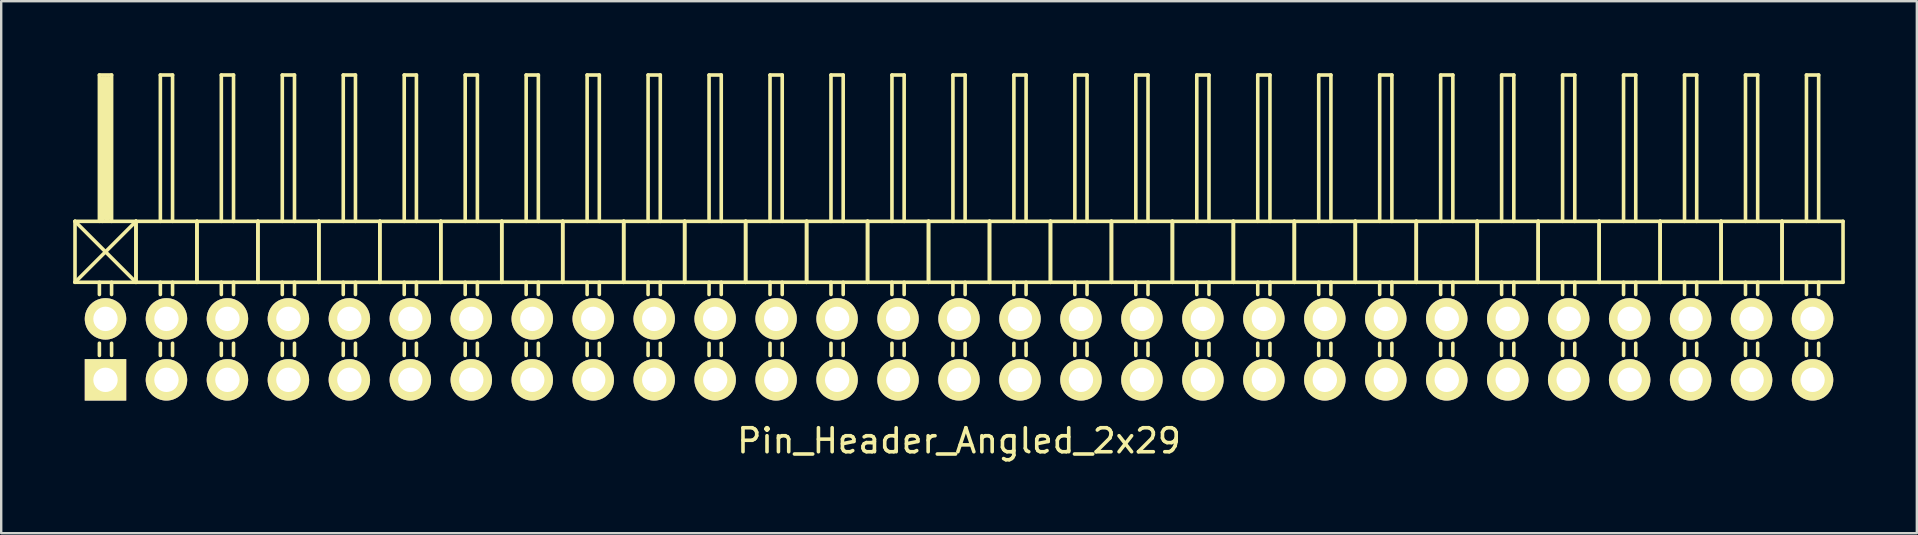
<source format=kicad_pcb>
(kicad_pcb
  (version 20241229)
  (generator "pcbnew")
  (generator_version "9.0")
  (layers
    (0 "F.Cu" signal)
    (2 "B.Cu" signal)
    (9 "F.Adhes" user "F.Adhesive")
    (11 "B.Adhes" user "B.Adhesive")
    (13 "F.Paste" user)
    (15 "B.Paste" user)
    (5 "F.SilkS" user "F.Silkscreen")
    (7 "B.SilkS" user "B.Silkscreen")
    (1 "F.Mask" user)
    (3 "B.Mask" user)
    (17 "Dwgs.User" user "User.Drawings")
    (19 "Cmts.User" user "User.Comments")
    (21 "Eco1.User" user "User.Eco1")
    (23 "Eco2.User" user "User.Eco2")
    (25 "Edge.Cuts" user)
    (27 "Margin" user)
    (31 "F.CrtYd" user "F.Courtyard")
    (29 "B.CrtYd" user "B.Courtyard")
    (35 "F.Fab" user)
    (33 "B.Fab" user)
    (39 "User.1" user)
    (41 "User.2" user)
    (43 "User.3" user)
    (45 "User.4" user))
  (footprint "Pin_Header_Angled_2x29"
    (layer "F.Cu")
    (at 36.905 11.505)
    (property "Reference" "Pin_Header_Angled_2x29" (at 0 3.81 0) (layer "F.SilkS") (effects (font (size 1 1) (thickness 0.15))))
    (attr through_hole)
    (fp_line (start -36.83 -5.334) (end -34.29 -2.794) (stroke (width 0.15) (type solid)) (layer "F.SilkS"))
    (fp_line (start -36.83 -2.794) (end -36.83 -5.334) (stroke (width 0.15) (type solid)) (layer "F.SilkS"))
    (fp_line (start -36.83 -2.794) (end -34.29 -5.334) (stroke (width 0.15) (type solid)) (layer "F.SilkS"))
    (fp_line (start -36.83 -2.794) (end -34.29 -2.794) (stroke (width 0.15) (type solid)) (layer "F.SilkS"))
    (fp_line (start -35.814 -11.43) (end -35.306 -11.43) (stroke (width 0.15) (type solid)) (layer "F.SilkS"))
    (fp_line (start -35.814 -5.334) (end -35.814 -11.43) (stroke (width 0.15) (type solid)) (layer "F.SilkS"))
    (fp_line (start -35.814 -2.794) (end -35.814 -2.286) (stroke (width 0.15) (type solid)) (layer "F.SilkS"))
    (fp_line (start -35.814 -0.254) (end -35.814 0.254) (stroke (width 0.15) (type solid)) (layer "F.SilkS"))
    (fp_line (start -35.687 -11.303) (end -35.433 -11.303) (stroke (width 0.15) (type solid)) (layer "F.SilkS"))
    (fp_line (start -35.687 -5.334) (end -35.687 -11.303) (stroke (width 0.15) (type solid)) (layer "F.SilkS"))
    (fp_line (start -35.56 -5.461) (end -35.56 -11.303) (stroke (width 0.15) (type solid)) (layer "F.SilkS"))
    (fp_line (start -35.433 -11.303) (end -35.433 -5.461) (stroke (width 0.15) (type solid)) (layer "F.SilkS"))
    (fp_line (start -35.433 -5.461) (end -35.56 -5.461) (stroke (width 0.15) (type solid)) (layer "F.SilkS"))
    (fp_line (start -35.306 -11.43) (end -35.306 -5.334) (stroke (width 0.15) (type solid)) (layer "F.SilkS"))
    (fp_line (start -35.306 -2.794) (end -35.306 -2.286) (stroke (width 0.15) (type solid)) (layer "F.SilkS"))
    (fp_line (start -35.306 -0.254) (end -35.306 0.254) (stroke (width 0.15) (type solid)) (layer "F.SilkS"))
    (fp_line (start -34.29 -5.334) (end -36.83 -5.334) (stroke (width 0.15) (type solid)) (layer "F.SilkS"))
    (fp_line (start -34.29 -2.794) (end -34.29 -5.334) (stroke (width 0.15) (type solid)) (layer "F.SilkS"))
    (fp_line (start -34.29 -2.794) (end -34.29 -5.334) (stroke (width 0.15) (type solid)) (layer "F.SilkS"))
    (fp_line (start -34.29 -2.794) (end -31.75 -2.794) (stroke (width 0.15) (type solid)) (layer "F.SilkS"))
    (fp_line (start -33.274 -11.43) (end -32.766 -11.43) (stroke (width 0.15) (type solid)) (layer "F.SilkS"))
    (fp_line (start -33.274 -5.334) (end -33.274 -11.43) (stroke (width 0.15) (type solid)) (layer "F.SilkS"))
    (fp_line (start -33.274 -2.794) (end -33.274 -2.286) (stroke (width 0.15) (type solid)) (layer "F.SilkS"))
    (fp_line (start -33.274 -0.254) (end -33.274 0.254) (stroke (width 0.15) (type solid)) (layer "F.SilkS"))
    (fp_line (start -32.766 -11.43) (end -32.766 -5.334) (stroke (width 0.15) (type solid)) (layer "F.SilkS"))
    (fp_line (start -32.766 -2.794) (end -32.766 -2.286) (stroke (width 0.15) (type solid)) (layer "F.SilkS"))
    (fp_line (start -32.766 -0.254) (end -32.766 0.254) (stroke (width 0.15) (type solid)) (layer "F.SilkS"))
    (fp_line (start -31.75 -5.334) (end -34.29 -5.334) (stroke (width 0.15) (type solid)) (layer "F.SilkS"))
    (fp_line (start -31.75 -2.794) (end -31.75 -5.334) (stroke (width 0.15) (type solid)) (layer "F.SilkS"))
    (fp_line (start -31.75 -2.794) (end -31.75 -5.334) (stroke (width 0.15) (type solid)) (layer "F.SilkS"))
    (fp_line (start -31.75 -2.794) (end -29.21 -2.794) (stroke (width 0.15) (type solid)) (layer "F.SilkS"))
    (fp_line (start -30.734 -11.43) (end -30.226 -11.43) (stroke (width 0.15) (type solid)) (layer "F.SilkS"))
    (fp_line (start -30.734 -5.334) (end -30.734 -11.43) (stroke (width 0.15) (type solid)) (layer "F.SilkS"))
    (fp_line (start -30.734 -2.794) (end -30.734 -2.286) (stroke (width 0.15) (type solid)) (layer "F.SilkS"))
    (fp_line (start -30.734 -0.254) (end -30.734 0.254) (stroke (width 0.15) (type solid)) (layer "F.SilkS"))
    (fp_line (start -30.226 -11.43) (end -30.226 -5.334) (stroke (width 0.15) (type solid)) (layer "F.SilkS"))
    (fp_line (start -30.226 -2.794) (end -30.226 -2.286) (stroke (width 0.15) (type solid)) (layer "F.SilkS"))
    (fp_line (start -30.226 -0.254) (end -30.226 0.254) (stroke (width 0.15) (type solid)) (layer "F.SilkS"))
    (fp_line (start -29.21 -5.334) (end -31.75 -5.334) (stroke (width 0.15) (type solid)) (layer "F.SilkS"))
    (fp_line (start -29.21 -2.794) (end -29.21 -5.334) (stroke (width 0.15) (type solid)) (layer "F.SilkS"))
    (fp_line (start -29.21 -2.794) (end -29.21 -5.334) (stroke (width 0.15) (type solid)) (layer "F.SilkS"))
    (fp_line (start -29.21 -2.794) (end -26.67 -2.794) (stroke (width 0.15) (type solid)) (layer "F.SilkS"))
    (fp_line (start -28.194 -11.43) (end -27.686 -11.43) (stroke (width 0.15) (type solid)) (layer "F.SilkS"))
    (fp_line (start -28.194 -5.334) (end -28.194 -11.43) (stroke (width 0.15) (type solid)) (layer "F.SilkS"))
    (fp_line (start -28.194 -2.794) (end -28.194 -2.286) (stroke (width 0.15) (type solid)) (layer "F.SilkS"))
    (fp_line (start -28.194 -0.254) (end -28.194 0.254) (stroke (width 0.15) (type solid)) (layer "F.SilkS"))
    (fp_line (start -27.686 -11.43) (end -27.686 -5.334) (stroke (width 0.15) (type solid)) (layer "F.SilkS"))
    (fp_line (start -27.686 -2.794) (end -27.686 -2.286) (stroke (width 0.15) (type solid)) (layer "F.SilkS"))
    (fp_line (start -27.686 -0.254) (end -27.686 0.254) (stroke (width 0.15) (type solid)) (layer "F.SilkS"))
    (fp_line (start -26.67 -5.334) (end -29.21 -5.334) (stroke (width 0.15) (type solid)) (layer "F.SilkS"))
    (fp_line (start -26.67 -2.794) (end -26.67 -5.334) (stroke (width 0.15) (type solid)) (layer "F.SilkS"))
    (fp_line (start -26.67 -2.794) (end -26.67 -5.334) (stroke (width 0.15) (type solid)) (layer "F.SilkS"))
    (fp_line (start -26.67 -2.794) (end -24.13 -2.794) (stroke (width 0.15) (type solid)) (layer "F.SilkS"))
    (fp_line (start -25.654 -11.43) (end -25.146 -11.43) (stroke (width 0.15) (type solid)) (layer "F.SilkS"))
    (fp_line (start -25.654 -5.334) (end -25.654 -11.43) (stroke (width 0.15) (type solid)) (layer "F.SilkS"))
    (fp_line (start -25.654 -2.794) (end -25.654 -2.286) (stroke (width 0.15) (type solid)) (layer "F.SilkS"))
    (fp_line (start -25.654 -0.254) (end -25.654 0.254) (stroke (width 0.15) (type solid)) (layer "F.SilkS"))
    (fp_line (start -25.146 -11.43) (end -25.146 -5.334) (stroke (width 0.15) (type solid)) (layer "F.SilkS"))
    (fp_line (start -25.146 -2.794) (end -25.146 -2.286) (stroke (width 0.15) (type solid)) (layer "F.SilkS"))
    (fp_line (start -25.146 -0.254) (end -25.146 0.254) (stroke (width 0.15) (type solid)) (layer "F.SilkS"))
    (fp_line (start -24.13 -5.334) (end -26.67 -5.334) (stroke (width 0.15) (type solid)) (layer "F.SilkS"))
    (fp_line (start -24.13 -2.794) (end -24.13 -5.334) (stroke (width 0.15) (type solid)) (layer "F.SilkS"))
    (fp_line (start -24.13 -2.794) (end -24.13 -5.334) (stroke (width 0.15) (type solid)) (layer "F.SilkS"))
    (fp_line (start -24.13 -2.794) (end -21.59 -2.794) (stroke (width 0.15) (type solid)) (layer "F.SilkS"))
    (fp_line (start -23.114 -11.43) (end -22.606 -11.43) (stroke (width 0.15) (type solid)) (layer "F.SilkS"))
    (fp_line (start -23.114 -5.334) (end -23.114 -11.43) (stroke (width 0.15) (type solid)) (layer "F.SilkS"))
    (fp_line (start -23.114 -2.794) (end -23.114 -2.286) (stroke (width 0.15) (type solid)) (layer "F.SilkS"))
    (fp_line (start -23.114 -0.254) (end -23.114 0.254) (stroke (width 0.15) (type solid)) (layer "F.SilkS"))
    (fp_line (start -22.606 -11.43) (end -22.606 -5.334) (stroke (width 0.15) (type solid)) (layer "F.SilkS"))
    (fp_line (start -22.606 -2.794) (end -22.606 -2.286) (stroke (width 0.15) (type solid)) (layer "F.SilkS"))
    (fp_line (start -22.606 -0.254) (end -22.606 0.254) (stroke (width 0.15) (type solid)) (layer "F.SilkS"))
    (fp_line (start -21.59 -5.334) (end -24.13 -5.334) (stroke (width 0.15) (type solid)) (layer "F.SilkS"))
    (fp_line (start -21.59 -2.794) (end -21.59 -5.334) (stroke (width 0.15) (type solid)) (layer "F.SilkS"))
    (fp_line (start -21.59 -2.794) (end -21.59 -5.334) (stroke (width 0.15) (type solid)) (layer "F.SilkS"))
    (fp_line (start -21.59 -2.794) (end -19.05 -2.794) (stroke (width 0.15) (type solid)) (layer "F.SilkS"))
    (fp_line (start -20.574 -11.43) (end -20.066 -11.43) (stroke (width 0.15) (type solid)) (layer "F.SilkS"))
    (fp_line (start -20.574 -5.334) (end -20.574 -11.43) (stroke (width 0.15) (type solid)) (layer "F.SilkS"))
    (fp_line (start -20.574 -2.794) (end -20.574 -2.286) (stroke (width 0.15) (type solid)) (layer "F.SilkS"))
    (fp_line (start -20.574 -0.254) (end -20.574 0.254) (stroke (width 0.15) (type solid)) (layer "F.SilkS"))
    (fp_line (start -20.066 -11.43) (end -20.066 -5.334) (stroke (width 0.15) (type solid)) (layer "F.SilkS"))
    (fp_line (start -20.066 -2.794) (end -20.066 -2.286) (stroke (width 0.15) (type solid)) (layer "F.SilkS"))
    (fp_line (start -20.066 -0.254) (end -20.066 0.254) (stroke (width 0.15) (type solid)) (layer "F.SilkS"))
    (fp_line (start -19.05 -5.334) (end -21.59 -5.334) (stroke (width 0.15) (type solid)) (layer "F.SilkS"))
    (fp_line (start -19.05 -2.794) (end -19.05 -5.334) (stroke (width 0.15) (type solid)) (layer "F.SilkS"))
    (fp_line (start -19.05 -2.794) (end -19.05 -5.334) (stroke (width 0.15) (type solid)) (layer "F.SilkS"))
    (fp_line (start -19.05 -2.794) (end -16.51 -2.794) (stroke (width 0.15) (type solid)) (layer "F.SilkS"))
    (fp_line (start -18.034 -11.43) (end -17.526 -11.43) (stroke (width 0.15) (type solid)) (layer "F.SilkS"))
    (fp_line (start -18.034 -5.334) (end -18.034 -11.43) (stroke (width 0.15) (type solid)) (layer "F.SilkS"))
    (fp_line (start -18.034 -2.794) (end -18.034 -2.286) (stroke (width 0.15) (type solid)) (layer "F.SilkS"))
    (fp_line (start -18.034 -0.254) (end -18.034 0.254) (stroke (width 0.15) (type solid)) (layer "F.SilkS"))
    (fp_line (start -17.526 -11.43) (end -17.526 -5.334) (stroke (width 0.15) (type solid)) (layer "F.SilkS"))
    (fp_line (start -17.526 -2.794) (end -17.526 -2.286) (stroke (width 0.15) (type solid)) (layer "F.SilkS"))
    (fp_line (start -17.526 -0.254) (end -17.526 0.254) (stroke (width 0.15) (type solid)) (layer "F.SilkS"))
    (fp_line (start -16.51 -5.334) (end -19.05 -5.334) (stroke (width 0.15) (type solid)) (layer "F.SilkS"))
    (fp_line (start -16.51 -2.794) (end -16.51 -5.334) (stroke (width 0.15) (type solid)) (layer "F.SilkS"))
    (fp_line (start -16.51 -2.794) (end -16.51 -5.334) (stroke (width 0.15) (type solid)) (layer "F.SilkS"))
    (fp_line (start -16.51 -2.794) (end -13.97 -2.794) (stroke (width 0.15) (type solid)) (layer "F.SilkS"))
    (fp_line (start -15.494 -11.43) (end -14.986 -11.43) (stroke (width 0.15) (type solid)) (layer "F.SilkS"))
    (fp_line (start -15.494 -5.334) (end -15.494 -11.43) (stroke (width 0.15) (type solid)) (layer "F.SilkS"))
    (fp_line (start -15.494 -2.794) (end -15.494 -2.286) (stroke (width 0.15) (type solid)) (layer "F.SilkS"))
    (fp_line (start -15.494 -0.254) (end -15.494 0.254) (stroke (width 0.15) (type solid)) (layer "F.SilkS"))
    (fp_line (start -14.986 -11.43) (end -14.986 -5.334) (stroke (width 0.15) (type solid)) (layer "F.SilkS"))
    (fp_line (start -14.986 -2.794) (end -14.986 -2.286) (stroke (width 0.15) (type solid)) (layer "F.SilkS"))
    (fp_line (start -14.986 -0.254) (end -14.986 0.254) (stroke (width 0.15) (type solid)) (layer "F.SilkS"))
    (fp_line (start -13.97 -5.334) (end -16.51 -5.334) (stroke (width 0.15) (type solid)) (layer "F.SilkS"))
    (fp_line (start -13.97 -2.794) (end -13.97 -5.334) (stroke (width 0.15) (type solid)) (layer "F.SilkS"))
    (fp_line (start -13.97 -2.794) (end -13.97 -5.334) (stroke (width 0.15) (type solid)) (layer "F.SilkS"))
    (fp_line (start -13.97 -2.794) (end -11.43 -2.794) (stroke (width 0.15) (type solid)) (layer "F.SilkS"))
    (fp_line (start -12.954 -11.43) (end -12.446 -11.43) (stroke (width 0.15) (type solid)) (layer "F.SilkS"))
    (fp_line (start -12.954 -5.334) (end -12.954 -11.43) (stroke (width 0.15) (type solid)) (layer "F.SilkS"))
    (fp_line (start -12.954 -2.794) (end -12.954 -2.286) (stroke (width 0.15) (type solid)) (layer "F.SilkS"))
    (fp_line (start -12.954 -0.254) (end -12.954 0.254) (stroke (width 0.15) (type solid)) (layer "F.SilkS"))
    (fp_line (start -12.446 -11.43) (end -12.446 -5.334) (stroke (width 0.15) (type solid)) (layer "F.SilkS"))
    (fp_line (start -12.446 -2.794) (end -12.446 -2.286) (stroke (width 0.15) (type solid)) (layer "F.SilkS"))
    (fp_line (start -12.446 -0.254) (end -12.446 0.254) (stroke (width 0.15) (type solid)) (layer "F.SilkS"))
    (fp_line (start -11.43 -5.334) (end -13.97 -5.334) (stroke (width 0.15) (type solid)) (layer "F.SilkS"))
    (fp_line (start -11.43 -2.794) (end -11.43 -5.334) (stroke (width 0.15) (type solid)) (layer "F.SilkS"))
    (fp_line (start -11.43 -2.794) (end -11.43 -5.334) (stroke (width 0.15) (type solid)) (layer "F.SilkS"))
    (fp_line (start -11.43 -2.794) (end -8.89 -2.794) (stroke (width 0.15) (type solid)) (layer "F.SilkS"))
    (fp_line (start -10.414 -11.43) (end -9.906 -11.43) (stroke (width 0.15) (type solid)) (layer "F.SilkS"))
    (fp_line (start -10.414 -5.334) (end -10.414 -11.43) (stroke (width 0.15) (type solid)) (layer "F.SilkS"))
    (fp_line (start -10.414 -2.794) (end -10.414 -2.286) (stroke (width 0.15) (type solid)) (layer "F.SilkS"))
    (fp_line (start -10.414 -0.254) (end -10.414 0.254) (stroke (width 0.15) (type solid)) (layer "F.SilkS"))
    (fp_line (start -9.906 -11.43) (end -9.906 -5.334) (stroke (width 0.15) (type solid)) (layer "F.SilkS"))
    (fp_line (start -9.906 -2.794) (end -9.906 -2.286) (stroke (width 0.15) (type solid)) (layer "F.SilkS"))
    (fp_line (start -9.906 -0.254) (end -9.906 0.254) (stroke (width 0.15) (type solid)) (layer "F.SilkS"))
    (fp_line (start -8.89 -5.334) (end -11.43 -5.334) (stroke (width 0.15) (type solid)) (layer "F.SilkS"))
    (fp_line (start -8.89 -2.794) (end -8.89 -5.334) (stroke (width 0.15) (type solid)) (layer "F.SilkS"))
    (fp_line (start -8.89 -2.794) (end -8.89 -5.334) (stroke (width 0.15) (type solid)) (layer "F.SilkS"))
    (fp_line (start -8.89 -2.794) (end -6.35 -2.794) (stroke (width 0.15) (type solid)) (layer "F.SilkS"))
    (fp_line (start -7.874 -11.43) (end -7.366 -11.43) (stroke (width 0.15) (type solid)) (layer "F.SilkS"))
    (fp_line (start -7.874 -5.334) (end -7.874 -11.43) (stroke (width 0.15) (type solid)) (layer "F.SilkS"))
    (fp_line (start -7.874 -2.794) (end -7.874 -2.286) (stroke (width 0.15) (type solid)) (layer "F.SilkS"))
    (fp_line (start -7.874 -0.254) (end -7.874 0.254) (stroke (width 0.15) (type solid)) (layer "F.SilkS"))
    (fp_line (start -7.366 -11.43) (end -7.366 -5.334) (stroke (width 0.15) (type solid)) (layer "F.SilkS"))
    (fp_line (start -7.366 -2.794) (end -7.366 -2.286) (stroke (width 0.15) (type solid)) (layer "F.SilkS"))
    (fp_line (start -7.366 -0.254) (end -7.366 0.254) (stroke (width 0.15) (type solid)) (layer "F.SilkS"))
    (fp_line (start -6.35 -5.334) (end -8.89 -5.334) (stroke (width 0.15) (type solid)) (layer "F.SilkS"))
    (fp_line (start -6.35 -2.794) (end -6.35 -5.334) (stroke (width 0.15) (type solid)) (layer "F.SilkS"))
    (fp_line (start -6.35 -2.794) (end -6.35 -5.334) (stroke (width 0.15) (type solid)) (layer "F.SilkS"))
    (fp_line (start -6.35 -2.794) (end -3.81 -2.794) (stroke (width 0.15) (type solid)) (layer "F.SilkS"))
    (fp_line (start -5.334 -11.43) (end -4.826 -11.43) (stroke (width 0.15) (type solid)) (layer "F.SilkS"))
    (fp_line (start -5.334 -5.334) (end -5.334 -11.43) (stroke (width 0.15) (type solid)) (layer "F.SilkS"))
    (fp_line (start -5.334 -2.794) (end -5.334 -2.286) (stroke (width 0.15) (type solid)) (layer "F.SilkS"))
    (fp_line (start -5.334 -0.254) (end -5.334 0.254) (stroke (width 0.15) (type solid)) (layer "F.SilkS"))
    (fp_line (start -4.826 -11.43) (end -4.826 -5.334) (stroke (width 0.15) (type solid)) (layer "F.SilkS"))
    (fp_line (start -4.826 -2.794) (end -4.826 -2.286) (stroke (width 0.15) (type solid)) (layer "F.SilkS"))
    (fp_line (start -4.826 -0.254) (end -4.826 0.254) (stroke (width 0.15) (type solid)) (layer "F.SilkS"))
    (fp_line (start -3.81 -5.334) (end -6.35 -5.334) (stroke (width 0.15) (type solid)) (layer "F.SilkS"))
    (fp_line (start -3.81 -2.794) (end -3.81 -5.334) (stroke (width 0.15) (type solid)) (layer "F.SilkS"))
    (fp_line (start -3.81 -2.794) (end -3.81 -5.334) (stroke (width 0.15) (type solid)) (layer "F.SilkS"))
    (fp_line (start -3.81 -2.794) (end -1.27 -2.794) (stroke (width 0.15) (type solid)) (layer "F.SilkS"))
    (fp_line (start -2.794 -11.43) (end -2.286 -11.43) (stroke (width 0.15) (type solid)) (layer "F.SilkS"))
    (fp_line (start -2.794 -5.334) (end -2.794 -11.43) (stroke (width 0.15) (type solid)) (layer "F.SilkS"))
    (fp_line (start -2.794 -2.794) (end -2.794 -2.286) (stroke (width 0.15) (type solid)) (layer "F.SilkS"))
    (fp_line (start -2.794 -0.254) (end -2.794 0.254) (stroke (width 0.15) (type solid)) (layer "F.SilkS"))
    (fp_line (start -2.286 -11.43) (end -2.286 -5.334) (stroke (width 0.15) (type solid)) (layer "F.SilkS"))
    (fp_line (start -2.286 -2.794) (end -2.286 -2.286) (stroke (width 0.15) (type solid)) (layer "F.SilkS"))
    (fp_line (start -2.286 -0.254) (end -2.286 0.254) (stroke (width 0.15) (type solid)) (layer "F.SilkS"))
    (fp_line (start -1.27 -5.334) (end -3.81 -5.334) (stroke (width 0.15) (type solid)) (layer "F.SilkS"))
    (fp_line (start -1.27 -2.794) (end -1.27 -5.334) (stroke (width 0.15) (type solid)) (layer "F.SilkS"))
    (fp_line (start -1.27 -2.794) (end -1.27 -5.334) (stroke (width 0.15) (type solid)) (layer "F.SilkS"))
    (fp_line (start -1.27 -2.794) (end 1.27 -2.794) (stroke (width 0.15) (type solid)) (layer "F.SilkS"))
    (fp_line (start -0.254 -11.43) (end 0.254 -11.43) (stroke (width 0.15) (type solid)) (layer "F.SilkS"))
    (fp_line (start -0.254 -5.334) (end -0.254 -11.43) (stroke (width 0.15) (type solid)) (layer "F.SilkS"))
    (fp_line (start -0.254 -2.794) (end -0.254 -2.286) (stroke (width 0.15) (type solid)) (layer "F.SilkS"))
    (fp_line (start -0.254 -0.254) (end -0.254 0.254) (stroke (width 0.15) (type solid)) (layer "F.SilkS"))
    (fp_line (start 0.254 -11.43) (end 0.254 -5.334) (stroke (width 0.15) (type solid)) (layer "F.SilkS"))
    (fp_line (start 0.254 -2.794) (end 0.254 -2.286) (stroke (width 0.15) (type solid)) (layer "F.SilkS"))
    (fp_line (start 0.254 -0.254) (end 0.254 0.254) (stroke (width 0.15) (type solid)) (layer "F.SilkS"))
    (fp_line (start 1.27 -5.334) (end -1.27 -5.334) (stroke (width 0.15) (type solid)) (layer "F.SilkS"))
    (fp_line (start 1.27 -2.794) (end 1.27 -5.334) (stroke (width 0.15) (type solid)) (layer "F.SilkS"))
    (fp_line (start 1.27 -2.794) (end 1.27 -5.334) (stroke (width 0.15) (type solid)) (layer "F.SilkS"))
    (fp_line (start 1.27 -2.794) (end 3.81 -2.794) (stroke (width 0.15) (type solid)) (layer "F.SilkS"))
    (fp_line (start 2.286 -11.43) (end 2.794 -11.43) (stroke (width 0.15) (type solid)) (layer "F.SilkS"))
    (fp_line (start 2.286 -5.334) (end 2.286 -11.43) (stroke (width 0.15) (type solid)) (layer "F.SilkS"))
    (fp_line (start 2.286 -2.794) (end 2.286 -2.286) (stroke (width 0.15) (type solid)) (layer "F.SilkS"))
    (fp_line (start 2.286 -0.254) (end 2.286 0.254) (stroke (width 0.15) (type solid)) (layer "F.SilkS"))
    (fp_line (start 2.794 -11.43) (end 2.794 -5.334) (stroke (width 0.15) (type solid)) (layer "F.SilkS"))
    (fp_line (start 2.794 -2.794) (end 2.794 -2.286) (stroke (width 0.15) (type solid)) (layer "F.SilkS"))
    (fp_line (start 2.794 -0.254) (end 2.794 0.254) (stroke (width 0.15) (type solid)) (layer "F.SilkS"))
    (fp_line (start 3.81 -5.334) (end 1.27 -5.334) (stroke (width 0.15) (type solid)) (layer "F.SilkS"))
    (fp_line (start 3.81 -2.794) (end 3.81 -5.334) (stroke (width 0.15) (type solid)) (layer "F.SilkS"))
    (fp_line (start 3.81 -2.794) (end 3.81 -5.334) (stroke (width 0.15) (type solid)) (layer "F.SilkS"))
    (fp_line (start 3.81 -2.794) (end 6.35 -2.794) (stroke (width 0.15) (type solid)) (layer "F.SilkS"))
    (fp_line (start 4.826 -11.43) (end 5.334 -11.43) (stroke (width 0.15) (type solid)) (layer "F.SilkS"))
    (fp_line (start 4.826 -5.334) (end 4.826 -11.43) (stroke (width 0.15) (type solid)) (layer "F.SilkS"))
    (fp_line (start 4.826 -2.794) (end 4.826 -2.286) (stroke (width 0.15) (type solid)) (layer "F.SilkS"))
    (fp_line (start 4.826 -0.254) (end 4.826 0.254) (stroke (width 0.15) (type solid)) (layer "F.SilkS"))
    (fp_line (start 5.334 -11.43) (end 5.334 -5.334) (stroke (width 0.15) (type solid)) (layer "F.SilkS"))
    (fp_line (start 5.334 -2.794) (end 5.334 -2.286) (stroke (width 0.15) (type solid)) (layer "F.SilkS"))
    (fp_line (start 5.334 -0.254) (end 5.334 0.254) (stroke (width 0.15) (type solid)) (layer "F.SilkS"))
    (fp_line (start 6.35 -5.334) (end 3.81 -5.334) (stroke (width 0.15) (type solid)) (layer "F.SilkS"))
    (fp_line (start 6.35 -2.794) (end 6.35 -5.334) (stroke (width 0.15) (type solid)) (layer "F.SilkS"))
    (fp_line (start 6.35 -2.794) (end 6.35 -5.334) (stroke (width 0.15) (type solid)) (layer "F.SilkS"))
    (fp_line (start 6.35 -2.794) (end 8.89 -2.794) (stroke (width 0.15) (type solid)) (layer "F.SilkS"))
    (fp_line (start 7.366 -11.43) (end 7.874 -11.43) (stroke (width 0.15) (type solid)) (layer "F.SilkS"))
    (fp_line (start 7.366 -5.334) (end 7.366 -11.43) (stroke (width 0.15) (type solid)) (layer "F.SilkS"))
    (fp_line (start 7.366 -2.794) (end 7.366 -2.286) (stroke (width 0.15) (type solid)) (layer "F.SilkS"))
    (fp_line (start 7.366 -0.254) (end 7.366 0.254) (stroke (width 0.15) (type solid)) (layer "F.SilkS"))
    (fp_line (start 7.874 -11.43) (end 7.874 -5.334) (stroke (width 0.15) (type solid)) (layer "F.SilkS"))
    (fp_line (start 7.874 -2.794) (end 7.874 -2.286) (stroke (width 0.15) (type solid)) (layer "F.SilkS"))
    (fp_line (start 7.874 -0.254) (end 7.874 0.254) (stroke (width 0.15) (type solid)) (layer "F.SilkS"))
    (fp_line (start 8.89 -5.334) (end 6.35 -5.334) (stroke (width 0.15) (type solid)) (layer "F.SilkS"))
    (fp_line (start 8.89 -2.794) (end 8.89 -5.334) (stroke (width 0.15) (type solid)) (layer "F.SilkS"))
    (fp_line (start 8.89 -2.794) (end 8.89 -5.334) (stroke (width 0.15) (type solid)) (layer "F.SilkS"))
    (fp_line (start 8.89 -2.794) (end 11.43 -2.794) (stroke (width 0.15) (type solid)) (layer "F.SilkS"))
    (fp_line (start 9.906 -11.43) (end 10.414 -11.43) (stroke (width 0.15) (type solid)) (layer "F.SilkS"))
    (fp_line (start 9.906 -5.334) (end 9.906 -11.43) (stroke (width 0.15) (type solid)) (layer "F.SilkS"))
    (fp_line (start 9.906 -2.794) (end 9.906 -2.286) (stroke (width 0.15) (type solid)) (layer "F.SilkS"))
    (fp_line (start 9.906 -0.254) (end 9.906 0.254) (stroke (width 0.15) (type solid)) (layer "F.SilkS"))
    (fp_line (start 10.414 -11.43) (end 10.414 -5.334) (stroke (width 0.15) (type solid)) (layer "F.SilkS"))
    (fp_line (start 10.414 -2.794) (end 10.414 -2.286) (stroke (width 0.15) (type solid)) (layer "F.SilkS"))
    (fp_line (start 10.414 -0.254) (end 10.414 0.254) (stroke (width 0.15) (type solid)) (layer "F.SilkS"))
    (fp_line (start 11.43 -5.334) (end 8.89 -5.334) (stroke (width 0.15) (type solid)) (layer "F.SilkS"))
    (fp_line (start 11.43 -2.794) (end 11.43 -5.334) (stroke (width 0.15) (type solid)) (layer "F.SilkS"))
    (fp_line (start 11.43 -2.794) (end 11.43 -5.334) (stroke (width 0.15) (type solid)) (layer "F.SilkS"))
    (fp_line (start 11.43 -2.794) (end 13.97 -2.794) (stroke (width 0.15) (type solid)) (layer "F.SilkS"))
    (fp_line (start 12.446 -11.43) (end 12.954 -11.43) (stroke (width 0.15) (type solid)) (layer "F.SilkS"))
    (fp_line (start 12.446 -5.334) (end 12.446 -11.43) (stroke (width 0.15) (type solid)) (layer "F.SilkS"))
    (fp_line (start 12.446 -2.794) (end 12.446 -2.286) (stroke (width 0.15) (type solid)) (layer "F.SilkS"))
    (fp_line (start 12.446 -0.254) (end 12.446 0.254) (stroke (width 0.15) (type solid)) (layer "F.SilkS"))
    (fp_line (start 12.954 -11.43) (end 12.954 -5.334) (stroke (width 0.15) (type solid)) (layer "F.SilkS"))
    (fp_line (start 12.954 -2.794) (end 12.954 -2.286) (stroke (width 0.15) (type solid)) (layer "F.SilkS"))
    (fp_line (start 12.954 -0.254) (end 12.954 0.254) (stroke (width 0.15) (type solid)) (layer "F.SilkS"))
    (fp_line (start 13.97 -5.334) (end 11.43 -5.334) (stroke (width 0.15) (type solid)) (layer "F.SilkS"))
    (fp_line (start 13.97 -2.794) (end 13.97 -5.334) (stroke (width 0.15) (type solid)) (layer "F.SilkS"))
    (fp_line (start 13.97 -2.794) (end 13.97 -5.334) (stroke (width 0.15) (type solid)) (layer "F.SilkS"))
    (fp_line (start 13.97 -2.794) (end 16.51 -2.794) (stroke (width 0.15) (type solid)) (layer "F.SilkS"))
    (fp_line (start 14.986 -11.43) (end 15.494 -11.43) (stroke (width 0.15) (type solid)) (layer "F.SilkS"))
    (fp_line (start 14.986 -5.334) (end 14.986 -11.43) (stroke (width 0.15) (type solid)) (layer "F.SilkS"))
    (fp_line (start 14.986 -2.794) (end 14.986 -2.286) (stroke (width 0.15) (type solid)) (layer "F.SilkS"))
    (fp_line (start 14.986 -0.254) (end 14.986 0.254) (stroke (width 0.15) (type solid)) (layer "F.SilkS"))
    (fp_line (start 15.494 -11.43) (end 15.494 -5.334) (stroke (width 0.15) (type solid)) (layer "F.SilkS"))
    (fp_line (start 15.494 -2.794) (end 15.494 -2.286) (stroke (width 0.15) (type solid)) (layer "F.SilkS"))
    (fp_line (start 15.494 -0.254) (end 15.494 0.254) (stroke (width 0.15) (type solid)) (layer "F.SilkS"))
    (fp_line (start 16.51 -5.334) (end 13.97 -5.334) (stroke (width 0.15) (type solid)) (layer "F.SilkS"))
    (fp_line (start 16.51 -2.794) (end 16.51 -5.334) (stroke (width 0.15) (type solid)) (layer "F.SilkS"))
    (fp_line (start 16.51 -2.794) (end 16.51 -5.334) (stroke (width 0.15) (type solid)) (layer "F.SilkS"))
    (fp_line (start 16.51 -2.794) (end 19.05 -2.794) (stroke (width 0.15) (type solid)) (layer "F.SilkS"))
    (fp_line (start 17.526 -11.43) (end 18.034 -11.43) (stroke (width 0.15) (type solid)) (layer "F.SilkS"))
    (fp_line (start 17.526 -5.334) (end 17.526 -11.43) (stroke (width 0.15) (type solid)) (layer "F.SilkS"))
    (fp_line (start 17.526 -2.794) (end 17.526 -2.286) (stroke (width 0.15) (type solid)) (layer "F.SilkS"))
    (fp_line (start 17.526 -0.254) (end 17.526 0.254) (stroke (width 0.15) (type solid)) (layer "F.SilkS"))
    (fp_line (start 18.034 -11.43) (end 18.034 -5.334) (stroke (width 0.15) (type solid)) (layer "F.SilkS"))
    (fp_line (start 18.034 -2.794) (end 18.034 -2.286) (stroke (width 0.15) (type solid)) (layer "F.SilkS"))
    (fp_line (start 18.034 -0.254) (end 18.034 0.254) (stroke (width 0.15) (type solid)) (layer "F.SilkS"))
    (fp_line (start 19.05 -5.334) (end 16.51 -5.334) (stroke (width 0.15) (type solid)) (layer "F.SilkS"))
    (fp_line (start 19.05 -2.794) (end 19.05 -5.334) (stroke (width 0.15) (type solid)) (layer "F.SilkS"))
    (fp_line (start 19.05 -2.794) (end 19.05 -5.334) (stroke (width 0.15) (type solid)) (layer "F.SilkS"))
    (fp_line (start 19.05 -2.794) (end 21.59 -2.794) (stroke (width 0.15) (type solid)) (layer "F.SilkS"))
    (fp_line (start 20.066 -11.43) (end 20.574 -11.43) (stroke (width 0.15) (type solid)) (layer "F.SilkS"))
    (fp_line (start 20.066 -5.334) (end 20.066 -11.43) (stroke (width 0.15) (type solid)) (layer "F.SilkS"))
    (fp_line (start 20.066 -2.794) (end 20.066 -2.286) (stroke (width 0.15) (type solid)) (layer "F.SilkS"))
    (fp_line (start 20.066 -0.254) (end 20.066 0.254) (stroke (width 0.15) (type solid)) (layer "F.SilkS"))
    (fp_line (start 20.574 -11.43) (end 20.574 -5.334) (stroke (width 0.15) (type solid)) (layer "F.SilkS"))
    (fp_line (start 20.574 -2.794) (end 20.574 -2.286) (stroke (width 0.15) (type solid)) (layer "F.SilkS"))
    (fp_line (start 20.574 -0.254) (end 20.574 0.254) (stroke (width 0.15) (type solid)) (layer "F.SilkS"))
    (fp_line (start 21.59 -5.334) (end 19.05 -5.334) (stroke (width 0.15) (type solid)) (layer "F.SilkS"))
    (fp_line (start 21.59 -2.794) (end 21.59 -5.334) (stroke (width 0.15) (type solid)) (layer "F.SilkS"))
    (fp_line (start 21.59 -2.794) (end 21.59 -5.334) (stroke (width 0.15) (type solid)) (layer "F.SilkS"))
    (fp_line (start 21.59 -2.794) (end 24.13 -2.794) (stroke (width 0.15) (type solid)) (layer "F.SilkS"))
    (fp_line (start 22.606 -11.43) (end 23.114 -11.43) (stroke (width 0.15) (type solid)) (layer "F.SilkS"))
    (fp_line (start 22.606 -5.334) (end 22.606 -11.43) (stroke (width 0.15) (type solid)) (layer "F.SilkS"))
    (fp_line (start 22.606 -2.794) (end 22.606 -2.286) (stroke (width 0.15) (type solid)) (layer "F.SilkS"))
    (fp_line (start 22.606 -0.254) (end 22.606 0.254) (stroke (width 0.15) (type solid)) (layer "F.SilkS"))
    (fp_line (start 23.114 -11.43) (end 23.114 -5.334) (stroke (width 0.15) (type solid)) (layer "F.SilkS"))
    (fp_line (start 23.114 -2.794) (end 23.114 -2.286) (stroke (width 0.15) (type solid)) (layer "F.SilkS"))
    (fp_line (start 23.114 -0.254) (end 23.114 0.254) (stroke (width 0.15) (type solid)) (layer "F.SilkS"))
    (fp_line (start 24.13 -5.334) (end 21.59 -5.334) (stroke (width 0.15) (type solid)) (layer "F.SilkS"))
    (fp_line (start 24.13 -2.794) (end 24.13 -5.334) (stroke (width 0.15) (type solid)) (layer "F.SilkS"))
    (fp_line (start 24.13 -2.794) (end 24.13 -5.334) (stroke (width 0.15) (type solid)) (layer "F.SilkS"))
    (fp_line (start 24.13 -2.794) (end 26.67 -2.794) (stroke (width 0.15) (type solid)) (layer "F.SilkS"))
    (fp_line (start 25.146 -11.43) (end 25.654 -11.43) (stroke (width 0.15) (type solid)) (layer "F.SilkS"))
    (fp_line (start 25.146 -5.334) (end 25.146 -11.43) (stroke (width 0.15) (type solid)) (layer "F.SilkS"))
    (fp_line (start 25.146 -2.794) (end 25.146 -2.286) (stroke (width 0.15) (type solid)) (layer "F.SilkS"))
    (fp_line (start 25.146 -0.254) (end 25.146 0.254) (stroke (width 0.15) (type solid)) (layer "F.SilkS"))
    (fp_line (start 25.654 -11.43) (end 25.654 -5.334) (stroke (width 0.15) (type solid)) (layer "F.SilkS"))
    (fp_line (start 25.654 -2.794) (end 25.654 -2.286) (stroke (width 0.15) (type solid)) (layer "F.SilkS"))
    (fp_line (start 25.654 -0.254) (end 25.654 0.254) (stroke (width 0.15) (type solid)) (layer "F.SilkS"))
    (fp_line (start 26.67 -5.334) (end 24.13 -5.334) (stroke (width 0.15) (type solid)) (layer "F.SilkS"))
    (fp_line (start 26.67 -2.794) (end 26.67 -5.334) (stroke (width 0.15) (type solid)) (layer "F.SilkS"))
    (fp_line (start 26.67 -2.794) (end 26.67 -5.334) (stroke (width 0.15) (type solid)) (layer "F.SilkS"))
    (fp_line (start 26.67 -2.794) (end 29.21 -2.794) (stroke (width 0.15) (type solid)) (layer "F.SilkS"))
    (fp_line (start 27.686 -11.43) (end 28.194 -11.43) (stroke (width 0.15) (type solid)) (layer "F.SilkS"))
    (fp_line (start 27.686 -5.334) (end 27.686 -11.43) (stroke (width 0.15) (type solid)) (layer "F.SilkS"))
    (fp_line (start 27.686 -2.794) (end 27.686 -2.286) (stroke (width 0.15) (type solid)) (layer "F.SilkS"))
    (fp_line (start 27.686 -0.254) (end 27.686 0.254) (stroke (width 0.15) (type solid)) (layer "F.SilkS"))
    (fp_line (start 28.194 -11.43) (end 28.194 -5.334) (stroke (width 0.15) (type solid)) (layer "F.SilkS"))
    (fp_line (start 28.194 -2.794) (end 28.194 -2.286) (stroke (width 0.15) (type solid)) (layer "F.SilkS"))
    (fp_line (start 28.194 -0.254) (end 28.194 0.254) (stroke (width 0.15) (type solid)) (layer "F.SilkS"))
    (fp_line (start 29.21 -5.334) (end 26.67 -5.334) (stroke (width 0.15) (type solid)) (layer "F.SilkS"))
    (fp_line (start 29.21 -2.794) (end 29.21 -5.334) (stroke (width 0.15) (type solid)) (layer "F.SilkS"))
    (fp_line (start 29.21 -2.794) (end 29.21 -5.334) (stroke (width 0.15) (type solid)) (layer "F.SilkS"))
    (fp_line (start 29.21 -2.794) (end 31.75 -2.794) (stroke (width 0.15) (type solid)) (layer "F.SilkS"))
    (fp_line (start 30.226 -11.43) (end 30.734 -11.43) (stroke (width 0.15) (type solid)) (layer "F.SilkS"))
    (fp_line (start 30.226 -5.334) (end 30.226 -11.43) (stroke (width 0.15) (type solid)) (layer "F.SilkS"))
    (fp_line (start 30.226 -2.794) (end 30.226 -2.286) (stroke (width 0.15) (type solid)) (layer "F.SilkS"))
    (fp_line (start 30.226 -0.254) (end 30.226 0.254) (stroke (width 0.15) (type solid)) (layer "F.SilkS"))
    (fp_line (start 30.734 -11.43) (end 30.734 -5.334) (stroke (width 0.15) (type solid)) (layer "F.SilkS"))
    (fp_line (start 30.734 -2.794) (end 30.734 -2.286) (stroke (width 0.15) (type solid)) (layer "F.SilkS"))
    (fp_line (start 30.734 -0.254) (end 30.734 0.254) (stroke (width 0.15) (type solid)) (layer "F.SilkS"))
    (fp_line (start 31.75 -5.334) (end 29.21 -5.334) (stroke (width 0.15) (type solid)) (layer "F.SilkS"))
    (fp_line (start 31.75 -2.794) (end 31.75 -5.334) (stroke (width 0.15) (type solid)) (layer "F.SilkS"))
    (fp_line (start 31.75 -2.794) (end 31.75 -5.334) (stroke (width 0.15) (type solid)) (layer "F.SilkS"))
    (fp_line (start 31.75 -2.794) (end 34.29 -2.794) (stroke (width 0.15) (type solid)) (layer "F.SilkS"))
    (fp_line (start 32.766 -11.43) (end 33.274 -11.43) (stroke (width 0.15) (type solid)) (layer "F.SilkS"))
    (fp_line (start 32.766 -5.334) (end 32.766 -11.43) (stroke (width 0.15) (type solid)) (layer "F.SilkS"))
    (fp_line (start 32.766 -2.794) (end 32.766 -2.286) (stroke (width 0.15) (type solid)) (layer "F.SilkS"))
    (fp_line (start 32.766 -0.254) (end 32.766 0.254) (stroke (width 0.15) (type solid)) (layer "F.SilkS"))
    (fp_line (start 33.274 -11.43) (end 33.274 -5.334) (stroke (width 0.15) (type solid)) (layer "F.SilkS"))
    (fp_line (start 33.274 -2.794) (end 33.274 -2.286) (stroke (width 0.15) (type solid)) (layer "F.SilkS"))
    (fp_line (start 33.274 -0.254) (end 33.274 0.254) (stroke (width 0.15) (type solid)) (layer "F.SilkS"))
    (fp_line (start 34.29 -5.334) (end 31.75 -5.334) (stroke (width 0.15) (type solid)) (layer "F.SilkS"))
    (fp_line (start 34.29 -2.794) (end 34.29 -5.334) (stroke (width 0.15) (type solid)) (layer "F.SilkS"))
    (fp_line (start 34.29 -2.794) (end 34.29 -5.334) (stroke (width 0.15) (type solid)) (layer "F.SilkS"))
    (fp_line (start 34.29 -2.794) (end 36.83 -2.794) (stroke (width 0.15) (type solid)) (layer "F.SilkS"))
    (fp_line (start 35.306 -11.43) (end 35.814 -11.43) (stroke (width 0.15) (type solid)) (layer "F.SilkS"))
    (fp_line (start 35.306 -5.334) (end 35.306 -11.43) (stroke (width 0.15) (type solid)) (layer "F.SilkS"))
    (fp_line (start 35.306 -2.794) (end 35.306 -2.286) (stroke (width 0.15) (type solid)) (layer "F.SilkS"))
    (fp_line (start 35.306 -0.254) (end 35.306 0.254) (stroke (width 0.15) (type solid)) (layer "F.SilkS"))
    (fp_line (start 35.814 -11.43) (end 35.814 -5.334) (stroke (width 0.15) (type solid)) (layer "F.SilkS"))
    (fp_line (start 35.814 -2.794) (end 35.814 -2.286) (stroke (width 0.15) (type solid)) (layer "F.SilkS"))
    (fp_line (start 35.814 -0.254) (end 35.814 0.254) (stroke (width 0.15) (type solid)) (layer "F.SilkS"))
    (fp_line (start 36.83 -5.334) (end 34.29 -5.334) (stroke (width 0.15) (type solid)) (layer "F.SilkS"))
    (fp_line (start 36.83 -2.794) (end 36.83 -5.334) (stroke (width 0.15) (type solid)) (layer "F.SilkS"))
    (pad "1" thru_hole rect (at -35.56 1.27) (size 1.727 1.727) (drill 1.016) (layers "*.Cu" "*.Mask" "F.SilkS"))
    (pad "2" thru_hole oval (at -35.56 -1.27) (size 1.727 1.727) (drill 1.016) (layers "*.Cu" "*.Mask" "F.SilkS"))
    (pad "3" thru_hole oval (at -33.02 1.27) (size 1.727 1.727) (drill 1.016) (layers "*.Cu" "*.Mask" "F.SilkS"))
    (pad "4" thru_hole oval (at -33.02 -1.27) (size 1.727 1.727) (drill 1.016) (layers "*.Cu" "*.Mask" "F.SilkS"))
    (pad "5" thru_hole oval (at -30.48 1.27) (size 1.727 1.727) (drill 1.016) (layers "*.Cu" "*.Mask" "F.SilkS"))
    (pad "6" thru_hole oval (at -30.48 -1.27) (size 1.727 1.727) (drill 1.016) (layers "*.Cu" "*.Mask" "F.SilkS"))
    (pad "7" thru_hole oval (at -27.94 1.27) (size 1.727 1.727) (drill 1.016) (layers "*.Cu" "*.Mask" "F.SilkS"))
    (pad "8" thru_hole oval (at -27.94 -1.27) (size 1.727 1.727) (drill 1.016) (layers "*.Cu" "*.Mask" "F.SilkS"))
    (pad "9" thru_hole oval (at -25.4 1.27) (size 1.727 1.727) (drill 1.016) (layers "*.Cu" "*.Mask" "F.SilkS"))
    (pad "10" thru_hole oval (at -25.4 -1.27) (size 1.727 1.727) (drill 1.016) (layers "*.Cu" "*.Mask" "F.SilkS"))
    (pad "11" thru_hole oval (at -22.86 1.27) (size 1.727 1.727) (drill 1.016) (layers "*.Cu" "*.Mask" "F.SilkS"))
    (pad "12" thru_hole oval (at -22.86 -1.27) (size 1.727 1.727) (drill 1.016) (layers "*.Cu" "*.Mask" "F.SilkS"))
    (pad "13" thru_hole oval (at -20.32 1.27) (size 1.727 1.727) (drill 1.016) (layers "*.Cu" "*.Mask" "F.SilkS"))
    (pad "14" thru_hole oval (at -20.32 -1.27) (size 1.727 1.727) (drill 1.016) (layers "*.Cu" "*.Mask" "F.SilkS"))
    (pad "15" thru_hole oval (at -17.78 1.27) (size 1.727 1.727) (drill 1.016) (layers "*.Cu" "*.Mask" "F.SilkS"))
    (pad "16" thru_hole oval (at -17.78 -1.27) (size 1.727 1.727) (drill 1.016) (layers "*.Cu" "*.Mask" "F.SilkS"))
    (pad "17" thru_hole oval (at -15.24 1.27) (size 1.727 1.727) (drill 1.016) (layers "*.Cu" "*.Mask" "F.SilkS"))
    (pad "18" thru_hole oval (at -15.24 -1.27) (size 1.727 1.727) (drill 1.016) (layers "*.Cu" "*.Mask" "F.SilkS"))
    (pad "19" thru_hole oval (at -12.7 1.27) (size 1.727 1.727) (drill 1.016) (layers "*.Cu" "*.Mask" "F.SilkS"))
    (pad "20" thru_hole oval (at -12.7 -1.27) (size 1.727 1.727) (drill 1.016) (layers "*.Cu" "*.Mask" "F.SilkS"))
    (pad "21" thru_hole oval (at -10.16 1.27) (size 1.727 1.727) (drill 1.016) (layers "*.Cu" "*.Mask" "F.SilkS"))
    (pad "22" thru_hole oval (at -10.16 -1.27) (size 1.727 1.727) (drill 1.016) (layers "*.Cu" "*.Mask" "F.SilkS"))
    (pad "23" thru_hole oval (at -7.62 1.27) (size 1.727 1.727) (drill 1.016) (layers "*.Cu" "*.Mask" "F.SilkS"))
    (pad "24" thru_hole oval (at -7.62 -1.27) (size 1.727 1.727) (drill 1.016) (layers "*.Cu" "*.Mask" "F.SilkS"))
    (pad "25" thru_hole oval (at -5.08 1.27) (size 1.727 1.727) (drill 1.016) (layers "*.Cu" "*.Mask" "F.SilkS"))
    (pad "26" thru_hole oval (at -5.08 -1.27) (size 1.727 1.727) (drill 1.016) (layers "*.Cu" "*.Mask" "F.SilkS"))
    (pad "27" thru_hole oval (at -2.54 1.27) (size 1.727 1.727) (drill 1.016) (layers "*.Cu" "*.Mask" "F.SilkS"))
    (pad "28" thru_hole oval (at -2.54 -1.27) (size 1.727 1.727) (drill 1.016) (layers "*.Cu" "*.Mask" "F.SilkS"))
    (pad "29" thru_hole oval (at 0 1.27) (size 1.727 1.727) (drill 1.016) (layers "*.Cu" "*.Mask" "F.SilkS"))
    (pad "30" thru_hole oval (at 0 -1.27) (size 1.727 1.727) (drill 1.016) (layers "*.Cu" "*.Mask" "F.SilkS"))
    (pad "31" thru_hole oval (at 2.54 1.27) (size 1.727 1.727) (drill 1.016) (layers "*.Cu" "*.Mask" "F.SilkS"))
    (pad "32" thru_hole oval (at 2.54 -1.27) (size 1.727 1.727) (drill 1.016) (layers "*.Cu" "*.Mask" "F.SilkS"))
    (pad "33" thru_hole oval (at 5.08 1.27) (size 1.727 1.727) (drill 1.016) (layers "*.Cu" "*.Mask" "F.SilkS"))
    (pad "34" thru_hole oval (at 5.08 -1.27) (size 1.727 1.727) (drill 1.016) (layers "*.Cu" "*.Mask" "F.SilkS"))
    (pad "35" thru_hole oval (at 7.62 1.27) (size 1.727 1.727) (drill 1.016) (layers "*.Cu" "*.Mask" "F.SilkS"))
    (pad "36" thru_hole oval (at 7.62 -1.27) (size 1.727 1.727) (drill 1.016) (layers "*.Cu" "*.Mask" "F.SilkS"))
    (pad "37" thru_hole oval (at 10.16 1.27) (size 1.727 1.727) (drill 1.016) (layers "*.Cu" "*.Mask" "F.SilkS"))
    (pad "38" thru_hole oval (at 10.16 -1.27) (size 1.727 1.727) (drill 1.016) (layers "*.Cu" "*.Mask" "F.SilkS"))
    (pad "39" thru_hole oval (at 12.7 1.27) (size 1.727 1.727) (drill 1.016) (layers "*.Cu" "*.Mask" "F.SilkS"))
    (pad "40" thru_hole oval (at 12.7 -1.27) (size 1.727 1.727) (drill 1.016) (layers "*.Cu" "*.Mask" "F.SilkS"))
    (pad "41" thru_hole oval (at 15.24 1.27) (size 1.727 1.727) (drill 1.016) (layers "*.Cu" "*.Mask" "F.SilkS"))
    (pad "42" thru_hole oval (at 15.24 -1.27) (size 1.727 1.727) (drill 1.016) (layers "*.Cu" "*.Mask" "F.SilkS"))
    (pad "43" thru_hole oval (at 17.78 1.27) (size 1.727 1.727) (drill 1.016) (layers "*.Cu" "*.Mask" "F.SilkS"))
    (pad "44" thru_hole oval (at 17.78 -1.27) (size 1.727 1.727) (drill 1.016) (layers "*.Cu" "*.Mask" "F.SilkS"))
    (pad "45" thru_hole oval (at 20.32 1.27) (size 1.727 1.727) (drill 1.016) (layers "*.Cu" "*.Mask" "F.SilkS"))
    (pad "46" thru_hole oval (at 20.32 -1.27) (size 1.727 1.727) (drill 1.016) (layers "*.Cu" "*.Mask" "F.SilkS"))
    (pad "47" thru_hole oval (at 22.86 1.27) (size 1.727 1.727) (drill 1.016) (layers "*.Cu" "*.Mask" "F.SilkS"))
    (pad "48" thru_hole oval (at 22.86 -1.27) (size 1.727 1.727) (drill 1.016) (layers "*.Cu" "*.Mask" "F.SilkS"))
    (pad "49" thru_hole oval (at 25.4 1.27) (size 1.727 1.727) (drill 1.016) (layers "*.Cu" "*.Mask" "F.SilkS"))
    (pad "50" thru_hole oval (at 25.4 -1.27) (size 1.727 1.727) (drill 1.016) (layers "*.Cu" "*.Mask" "F.SilkS"))
    (pad "51" thru_hole oval (at 27.94 1.27) (size 1.727 1.727) (drill 1.016) (layers "*.Cu" "*.Mask" "F.SilkS"))
    (pad "52" thru_hole oval (at 27.94 -1.27) (size 1.727 1.727) (drill 1.016) (layers "*.Cu" "*.Mask" "F.SilkS"))
    (pad "53" thru_hole oval (at 30.48 1.27) (size 1.727 1.727) (drill 1.016) (layers "*.Cu" "*.Mask" "F.SilkS"))
    (pad "54" thru_hole oval (at 30.48 -1.27) (size 1.727 1.727) (drill 1.016) (layers "*.Cu" "*.Mask" "F.SilkS"))
    (pad "55" thru_hole oval (at 33.02 1.27) (size 1.727 1.727) (drill 1.016) (layers "*.Cu" "*.Mask" "F.SilkS"))
    (pad "56" thru_hole oval (at 33.02 -1.27) (size 1.727 1.727) (drill 1.016) (layers "*.Cu" "*.Mask" "F.SilkS"))
    (pad "57" thru_hole oval (at 35.56 1.27) (size 1.727 1.727) (drill 1.016) (layers "*.Cu" "*.Mask" "F.SilkS"))
    (pad "58" thru_hole oval (at 35.56 -1.27) (size 1.727 1.727) (drill 1.016) (layers "*.Cu" "*.Mask" "F.SilkS")))
  (gr_rect
    (start -3 -3)
    (end 76.81 19.163)
    (stroke (width 0.1) (type default))
    (fill no)
    (layer "Edge.Cuts")))
</source>
